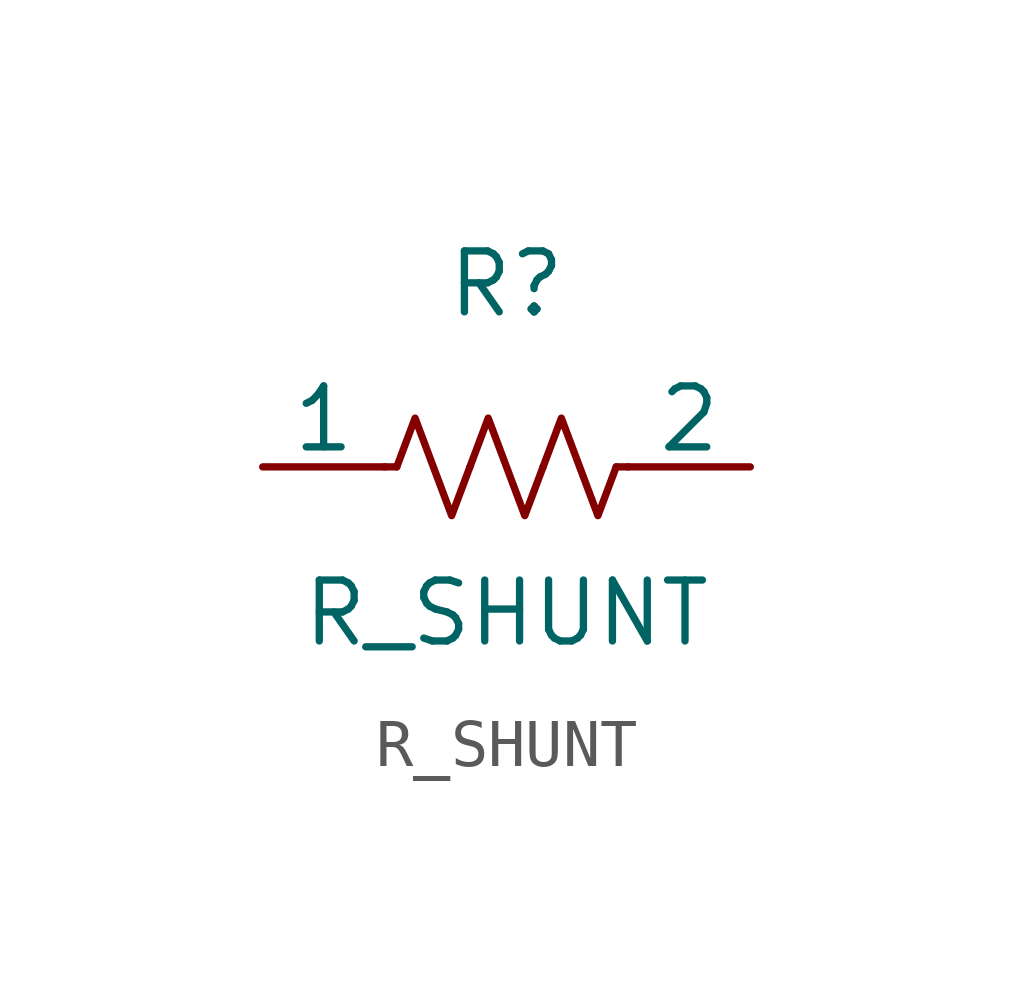
<source format=kicad_sym>
(kicad_symbol_lib
  (version 20231120)
  (generator "kicad_symbol_editor")
  (generator_version "8.0")
  (symbol "R_SHUNT"
    (pin_numbers hide)
    (pin_names
      (offset 0))
    (property "Reference" "R"
      (at 0 3.81 0)
      (effects (font (size 1.27 1.27))))
    (property "Value" "R_SHUNT"
      (at 0 -3.048 0)
      (effects (font (size 1.27 1.27))))
    (symbol "R_SHUNT_1_1"
      (polyline (pts (xy -2.286 0) (xy -2.54 0)) (stroke (width 0) (type default)) (fill (type none)))
      (polyline (pts (xy 2.286 0) (xy 2.54 0)) (stroke (width 0) (type default)) (fill (type none)))
      (polyline (pts (xy -2.286 0) (xy -1.905 1.016) (xy -1.524 0) (xy -1.143 -1.016) (xy -0.762 0)) (stroke (width 0) (type default)) (fill (type none)))
      (polyline (pts (xy -0.762 0) (xy -0.381 1.016) (xy 0 0) (xy 0.381 -1.016) (xy 0.762 0)) (stroke (width 0) (type default)) (fill (type none)))
      (polyline (pts (xy 0.762 0) (xy 1.143 1.016) (xy 1.524 0) (xy 1.905 -1.016) (xy 2.286 0)) (stroke (width 0) (type default)) (fill (type none)))
      (pin passive line (at -5.08 0 0) (length 2.54) (name "1" (effects (font (size 1.27 1.27)))) (number "1" (effects (font (size 1.27 1.27)))))
      (pin passive line (at 5.08 0 180) (length 2.54) (name "2" (effects (font (size 1.27 1.27)))) (number "2" (effects (font (size 1.27 1.27))))))))
</source>
